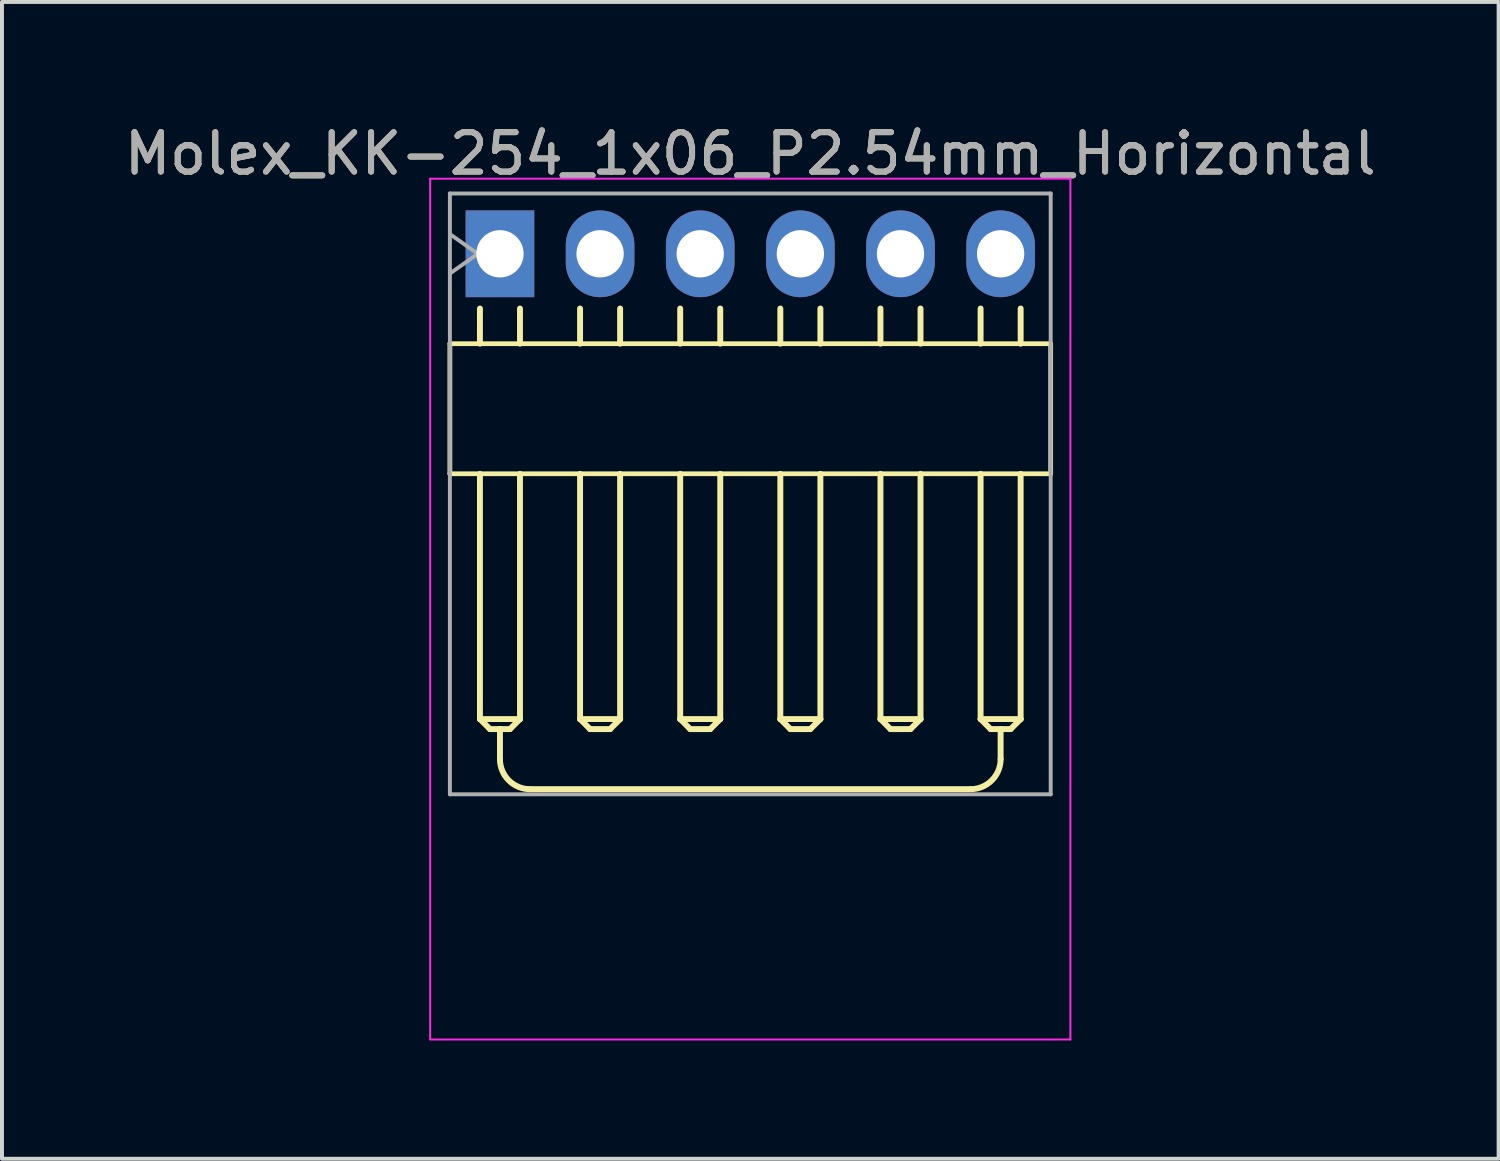
<source format=kicad_pcb>
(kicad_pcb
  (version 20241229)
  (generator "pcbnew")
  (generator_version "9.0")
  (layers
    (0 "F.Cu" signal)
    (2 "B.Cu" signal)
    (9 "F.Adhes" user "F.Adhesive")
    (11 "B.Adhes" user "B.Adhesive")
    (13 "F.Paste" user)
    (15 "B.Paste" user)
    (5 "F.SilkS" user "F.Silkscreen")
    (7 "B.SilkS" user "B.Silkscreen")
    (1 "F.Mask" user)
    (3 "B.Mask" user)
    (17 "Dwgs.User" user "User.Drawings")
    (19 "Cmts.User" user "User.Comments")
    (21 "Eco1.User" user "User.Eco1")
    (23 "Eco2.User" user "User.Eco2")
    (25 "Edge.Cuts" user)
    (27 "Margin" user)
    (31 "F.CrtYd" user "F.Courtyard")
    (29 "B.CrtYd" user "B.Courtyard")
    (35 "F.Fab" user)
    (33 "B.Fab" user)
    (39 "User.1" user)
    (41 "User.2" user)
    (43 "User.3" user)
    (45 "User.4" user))
  (footprint "Molex_KK-254_1x06_P2.54mm_Horizontal"
    (layer "F.Cu")
    (at 9.632 3.388)
    (property "Reference" "Molex_KK-254_1x06_P2.54mm_Horizontal" (at 6.35 -2.54 0) (layer "F.SilkS") (effects (font (size 1 1) (thickness 0.15))))
    (attr through_hole)
    (fp_line (start -1.27 2.28) (end -1.27 5.58) (stroke (width 0.12) (type solid)) (layer "F.SilkS"))
    (fp_line (start -1.27 2.28) (end 13.97 2.28) (stroke (width 0.12) (type solid)) (layer "F.SilkS"))
    (fp_line (start -0.508 1.388) (end -0.508 2.28) (stroke (width 0.15) (type solid)) (layer "F.SilkS"))
    (fp_line (start -0.508 11.802) (end -0.508 5.582) (stroke (width 0.15) (type solid)) (layer "F.SilkS"))
    (fp_line (start -0.508 11.802) (end 0.508 11.802) (stroke (width 0.15) (type solid)) (layer "F.SilkS"))
    (fp_line (start -0.254 12.056) (end -0.508 11.802) (stroke (width 0.15) (type solid)) (layer "F.SilkS"))
    (fp_line (start 0 12.056) (end -0.254 12.056) (stroke (width 0.15) (type solid)) (layer "F.SilkS"))
    (fp_line (start 0 12.056) (end 0 12.818) (stroke (width 0.15) (type solid)) (layer "F.SilkS"))
    (fp_line (start 0.254 12.056) (end 0 12.056) (stroke (width 0.15) (type solid)) (layer "F.SilkS"))
    (fp_line (start 0.508 2.28) (end 0.508 1.388) (stroke (width 0.15) (type solid)) (layer "F.SilkS"))
    (fp_line (start 0.508 5.582) (end 0.508 11.802) (stroke (width 0.15) (type solid)) (layer "F.SilkS"))
    (fp_line (start 0.508 11.802) (end 0.254 12.056) (stroke (width 0.15) (type solid)) (layer "F.SilkS"))
    (fp_line (start 0.762 13.58) (end 11.938 13.58) (stroke (width 0.15) (type solid)) (layer "F.SilkS"))
    (fp_line (start 2.032 2.28) (end 2.032 1.388) (stroke (width 0.15) (type solid)) (layer "F.SilkS"))
    (fp_line (start 2.032 5.582) (end 2.032 11.802) (stroke (width 0.15) (type solid)) (layer "F.SilkS"))
    (fp_line (start 2.032 11.802) (end 2.286 12.056) (stroke (width 0.15) (type solid)) (layer "F.SilkS"))
    (fp_line (start 2.286 12.056) (end 2.794 12.056) (stroke (width 0.15) (type solid)) (layer "F.SilkS"))
    (fp_line (start 2.794 12.056) (end 3.048 11.802) (stroke (width 0.15) (type solid)) (layer "F.SilkS"))
    (fp_line (start 3.048 2.28) (end 3.048 1.388) (stroke (width 0.15) (type solid)) (layer "F.SilkS"))
    (fp_line (start 3.048 11.802) (end 2.032 11.802) (stroke (width 0.15) (type solid)) (layer "F.SilkS"))
    (fp_line (start 3.048 11.802) (end 3.048 5.582) (stroke (width 0.15) (type solid)) (layer "F.SilkS"))
    (fp_line (start 4.572 2.28) (end 4.572 1.388) (stroke (width 0.15) (type solid)) (layer "F.SilkS"))
    (fp_line (start 4.572 5.582) (end 4.572 11.802) (stroke (width 0.15) (type solid)) (layer "F.SilkS"))
    (fp_line (start 4.572 11.802) (end 4.826 12.056) (stroke (width 0.15) (type solid)) (layer "F.SilkS"))
    (fp_line (start 4.826 12.056) (end 5.334 12.056) (stroke (width 0.15) (type solid)) (layer "F.SilkS"))
    (fp_line (start 5.334 12.056) (end 5.588 11.802) (stroke (width 0.15) (type solid)) (layer "F.SilkS"))
    (fp_line (start 5.588 2.28) (end 5.588 1.388) (stroke (width 0.15) (type solid)) (layer "F.SilkS"))
    (fp_line (start 5.588 11.802) (end 4.572 11.802) (stroke (width 0.15) (type solid)) (layer "F.SilkS"))
    (fp_line (start 5.588 11.802) (end 5.588 5.582) (stroke (width 0.15) (type solid)) (layer "F.SilkS"))
    (fp_line (start 7.112 2.28) (end 7.112 1.388) (stroke (width 0.15) (type solid)) (layer "F.SilkS"))
    (fp_line (start 7.112 5.582) (end 7.112 11.802) (stroke (width 0.15) (type solid)) (layer "F.SilkS"))
    (fp_line (start 7.112 11.802) (end 7.366 12.056) (stroke (width 0.15) (type solid)) (layer "F.SilkS"))
    (fp_line (start 7.366 12.056) (end 7.874 12.056) (stroke (width 0.15) (type solid)) (layer "F.SilkS"))
    (fp_line (start 7.874 12.056) (end 8.128 11.802) (stroke (width 0.15) (type solid)) (layer "F.SilkS"))
    (fp_line (start 8.128 2.28) (end 8.128 1.388) (stroke (width 0.15) (type solid)) (layer "F.SilkS"))
    (fp_line (start 8.128 11.802) (end 7.112 11.802) (stroke (width 0.15) (type solid)) (layer "F.SilkS"))
    (fp_line (start 8.128 11.802) (end 8.128 5.582) (stroke (width 0.15) (type solid)) (layer "F.SilkS"))
    (fp_line (start 9.652 2.28) (end 9.652 1.388) (stroke (width 0.15) (type solid)) (layer "F.SilkS"))
    (fp_line (start 9.652 5.582) (end 9.652 11.802) (stroke (width 0.15) (type solid)) (layer "F.SilkS"))
    (fp_line (start 9.652 11.802) (end 9.906 12.056) (stroke (width 0.15) (type solid)) (layer "F.SilkS"))
    (fp_line (start 9.906 12.056) (end 10.414 12.056) (stroke (width 0.15) (type solid)) (layer "F.SilkS"))
    (fp_line (start 10.414 12.056) (end 10.668 11.802) (stroke (width 0.15) (type solid)) (layer "F.SilkS"))
    (fp_line (start 10.668 2.28) (end 10.668 1.388) (stroke (width 0.15) (type solid)) (layer "F.SilkS"))
    (fp_line (start 10.668 11.802) (end 9.652 11.802) (stroke (width 0.15) (type solid)) (layer "F.SilkS"))
    (fp_line (start 10.668 11.802) (end 10.668 5.582) (stroke (width 0.15) (type solid)) (layer "F.SilkS"))
    (fp_line (start 12.192 2.28) (end 12.192 1.388) (stroke (width 0.15) (type solid)) (layer "F.SilkS"))
    (fp_line (start 12.192 5.582) (end 12.192 11.802) (stroke (width 0.15) (type solid)) (layer "F.SilkS"))
    (fp_line (start 12.192 11.802) (end 12.446 12.056) (stroke (width 0.15) (type solid)) (layer "F.SilkS"))
    (fp_line (start 12.446 12.056) (end 12.954 12.056) (stroke (width 0.15) (type solid)) (layer "F.SilkS"))
    (fp_line (start 12.7 12.056) (end 12.7 12.818) (stroke (width 0.15) (type solid)) (layer "F.SilkS"))
    (fp_line (start 12.954 12.056) (end 13.208 11.802) (stroke (width 0.15) (type solid)) (layer "F.SilkS"))
    (fp_line (start 13.208 2.28) (end 13.208 1.388) (stroke (width 0.15) (type solid)) (layer "F.SilkS"))
    (fp_line (start 13.208 11.802) (end 12.192 11.802) (stroke (width 0.15) (type solid)) (layer "F.SilkS"))
    (fp_line (start 13.208 11.802) (end 13.208 5.582) (stroke (width 0.15) (type solid)) (layer "F.SilkS"))
    (fp_line (start 13.97 2.28) (end 13.97 5.58) (stroke (width 0.12) (type solid)) (layer "F.SilkS"))
    (fp_line (start 13.97 5.58) (end -1.27 5.58) (stroke (width 0.12) (type solid)) (layer "F.SilkS"))
    (fp_arc (start 0.762 13.58) (mid 0.223185 13.356815) (end 0 12.818) (stroke (width 0.15) (type solid)) (layer "F.SilkS"))
    (fp_arc (start 12.7 12.818) (mid 12.476815 13.356815) (end 11.938 13.58) (stroke (width 0.15) (type solid)) (layer "F.SilkS"))
    (fp_line (start -1.77 -1.905) (end -1.77 19.93) (stroke (width 0.05) (type solid)) (layer "F.CrtYd"))
    (fp_line (start -1.762 19.93) (end 14.47 19.93) (stroke (width 0.05) (type solid)) (layer "F.CrtYd"))
    (fp_line (start 14.47 -1.905) (end -1.77 -1.905) (stroke (width 0.05) (type solid)) (layer "F.CrtYd"))
    (fp_line (start 14.47 19.93) (end 14.47 -1.905) (stroke (width 0.05) (type solid)) (layer "F.CrtYd"))
    (fp_line (start -1.27 -1.53) (end -1.27 13.71) (stroke (width 0.1) (type solid)) (layer "F.Fab"))
    (fp_line (start -1.27 -0.5) (end -0.563 0) (stroke (width 0.1) (type solid)) (layer "F.Fab"))
    (fp_line (start -1.27 13.71) (end 13.97 13.71) (stroke (width 0.1) (type solid)) (layer "F.Fab"))
    (fp_line (start -0.563 0) (end -1.27 0.5) (stroke (width 0.1) (type solid)) (layer "F.Fab"))
    (fp_line (start 13.97 -1.53) (end -1.27 -1.53) (stroke (width 0.1) (type solid)) (layer "F.Fab"))
    (fp_line (start 13.97 13.71) (end 13.97 -1.53) (stroke (width 0.1) (type solid)) (layer "F.Fab"))
    (fp_text user "${REFERENCE}" (at 6.35 -2.54 0) (layer "F.Fab") (effects (font (size 1 1) (thickness 0.15))))
    (pad "1" thru_hole rect (at 0 0) (size 1.74 2.2) (drill 1.2) (layers "*.Cu" "*.Mask"))
    (pad "2" thru_hole oval (at 2.54 0) (size 1.74 2.2) (drill 1.2) (layers "*.Cu" "*.Mask"))
    (pad "3" thru_hole oval (at 5.08 0) (size 1.74 2.2) (drill 1.2) (layers "*.Cu" "*.Mask"))
    (pad "4" thru_hole oval (at 7.62 0) (size 1.74 2.2) (drill 1.2) (layers "*.Cu" "*.Mask"))
    (pad "5" thru_hole oval (at 10.16 0) (size 1.74 2.2) (drill 1.2) (layers "*.Cu" "*.Mask"))
    (pad "6" thru_hole oval (at 12.7 0) (size 1.74 2.2) (drill 1.2) (layers "*.Cu" "*.Mask")))
  (gr_rect
    (start -3 -3)
    (end 34.964 26.343)
    (stroke (width 0.1) (type default))
    (fill no)
    (layer "Edge.Cuts")))
</source>
